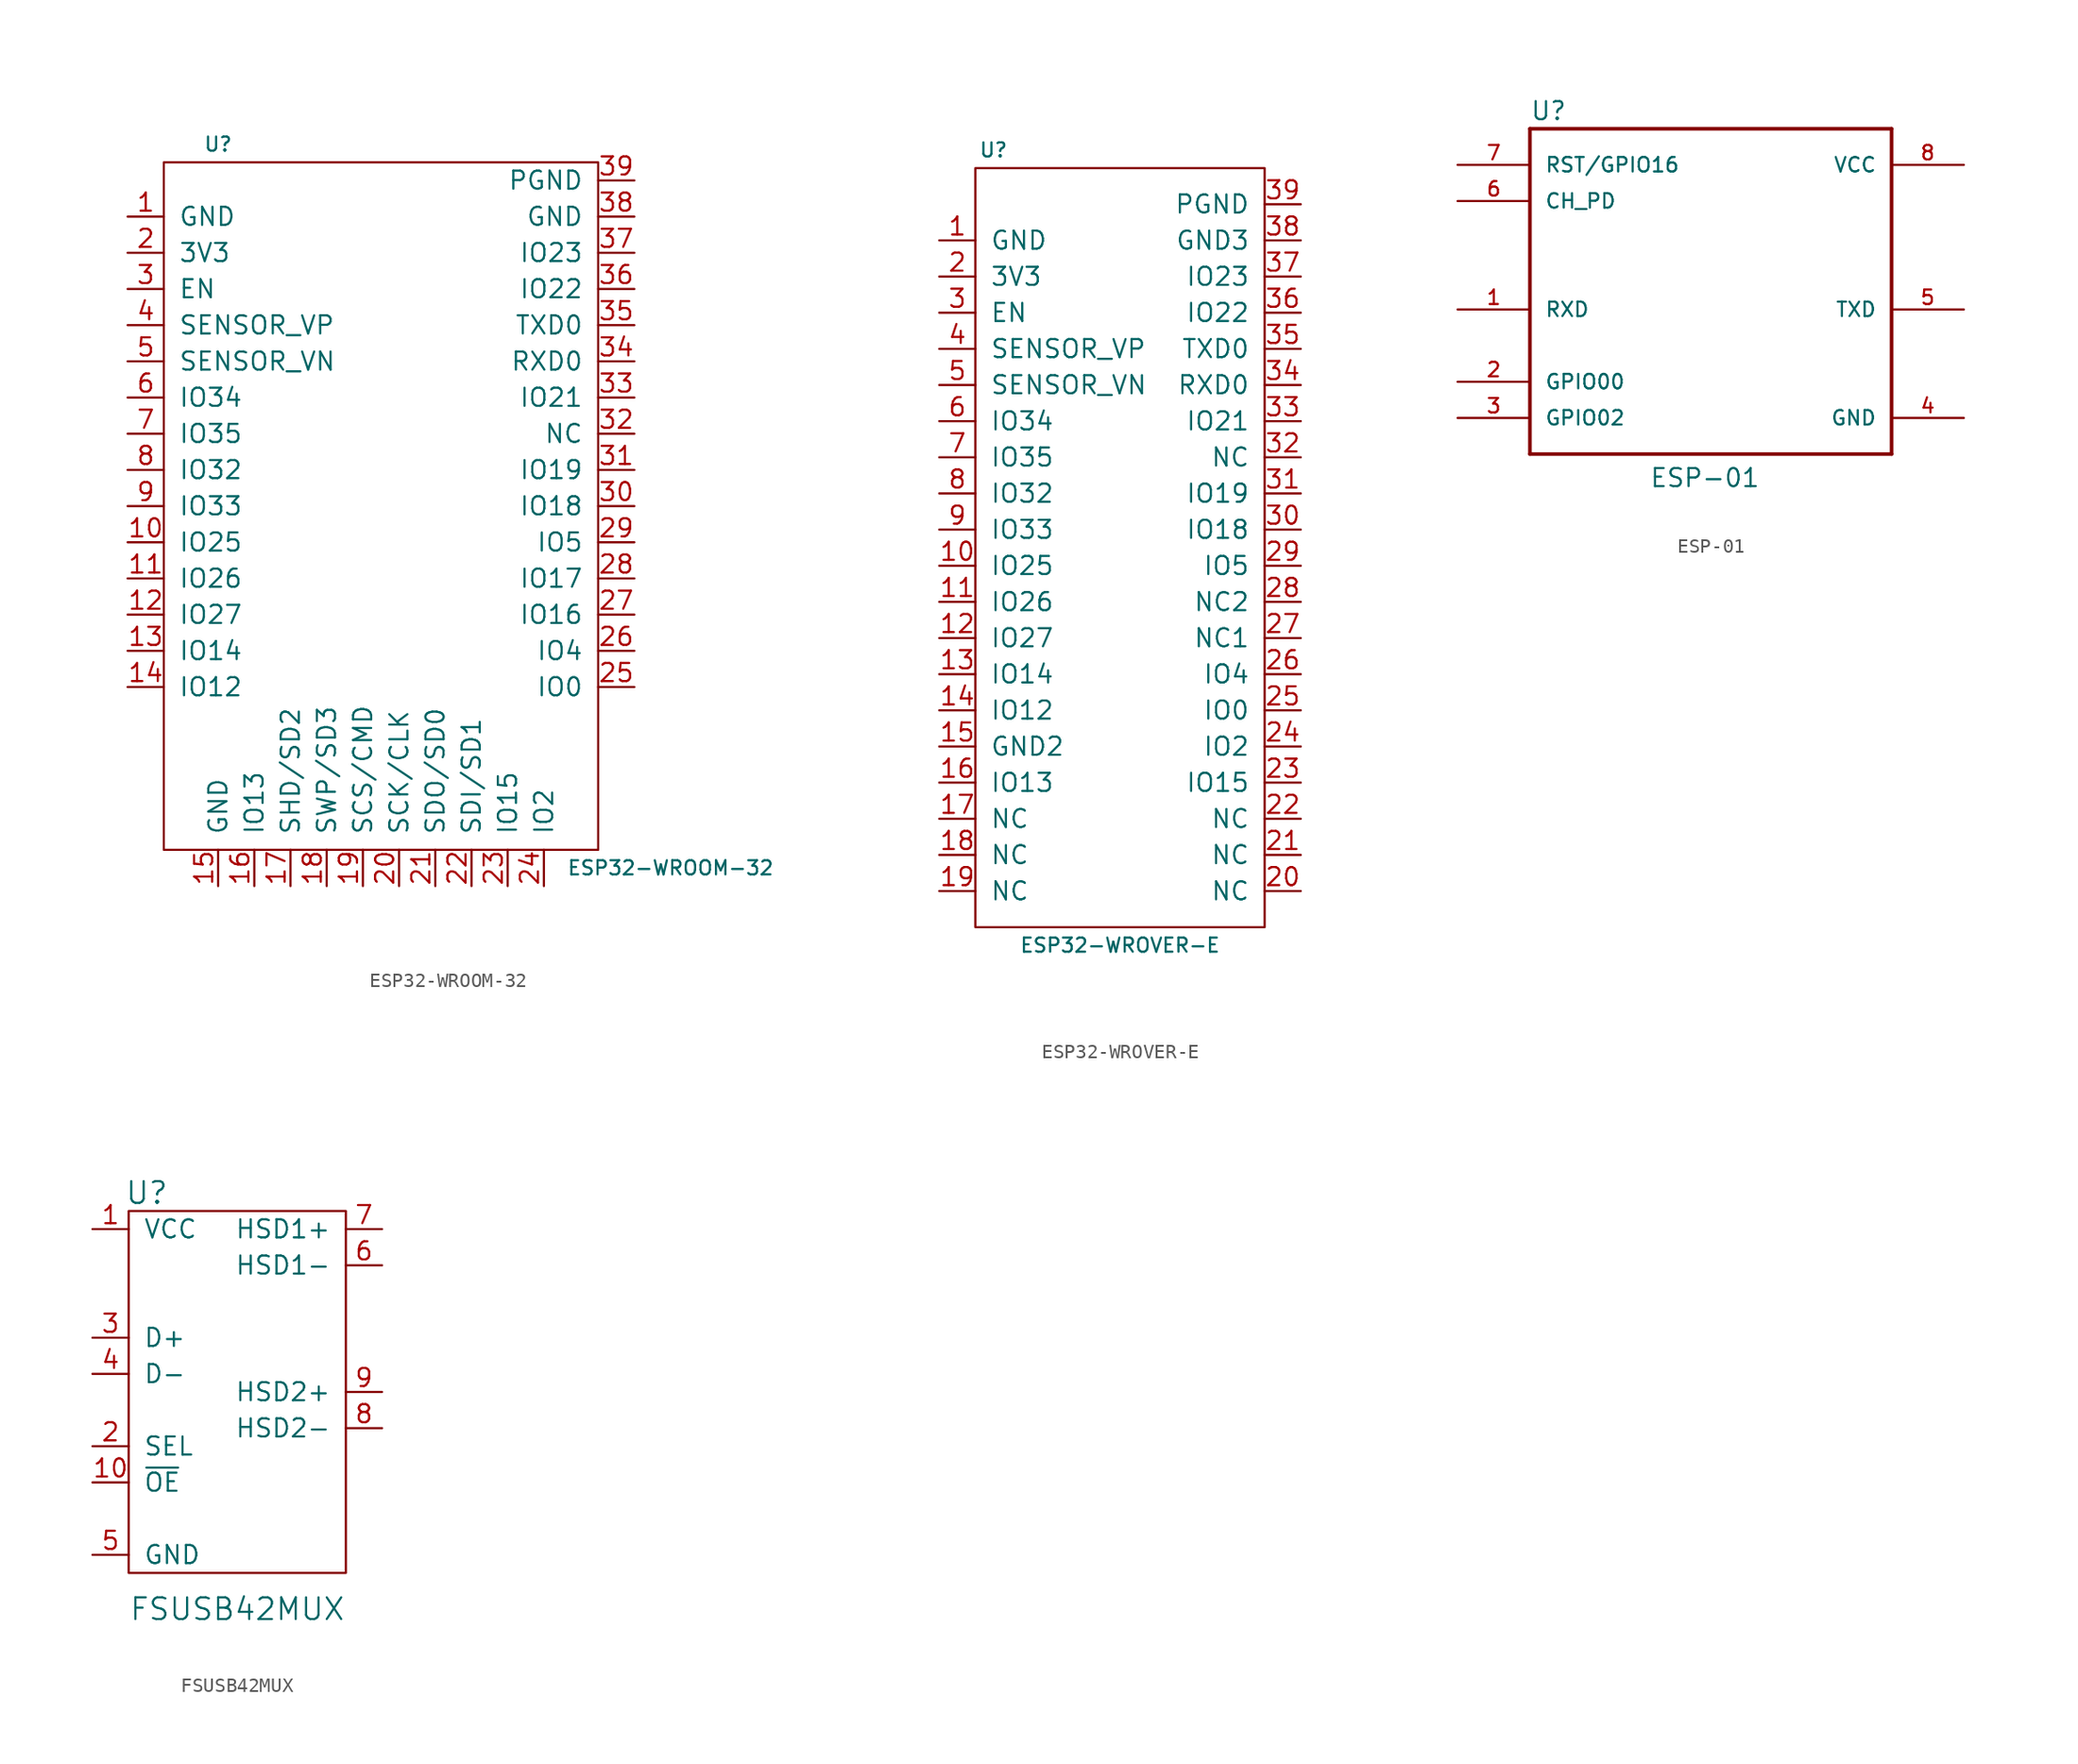
<source format=kicad_sym>
(kicad_symbol_lib
  (version 20211014)
  (generator kicad_symbol_editor)
  (symbol "ESP32-WROOM-32"
    (pin_names
      (offset 1.016))
    (property "Reference" "U"
      (at -11.43 25.4 0)
      (effects (font (size 0.991 0.991))))
    (property "Value" "ESP32-WROOM-32"
      (at 20.32 -25.4 0)
      (effects (font (size 0.991 0.991))))
    (symbol "ESP32-WROOM-32_0_1"
      (rectangle (start 15.24 24.13) (end -15.24 -24.13) (stroke (width 0) (type default) (color 0 0 0 0)) (fill (type none))))
    (symbol "ESP32-WROOM-32_1_1"
      (pin passive line (at -17.78 20.32 0) (length 2.54) (name "GND" (effects (font (size 1.27 1.27)))) (number "1" (effects (font (size 1.27 1.27)))))
      (pin passive line (at -17.78 -2.54 0) (length 2.54) (name "IO25" (effects (font (size 1.27 1.27)))) (number "10" (effects (font (size 1.27 1.27)))))
      (pin passive line (at -17.78 -5.08 0) (length 2.54) (name "IO26" (effects (font (size 1.27 1.27)))) (number "11" (effects (font (size 1.27 1.27)))))
      (pin passive line (at -17.78 -7.62 0) (length 2.54) (name "IO27" (effects (font (size 1.27 1.27)))) (number "12" (effects (font (size 1.27 1.27)))))
      (pin passive line (at -17.78 -10.16 0) (length 2.54) (name "IO14" (effects (font (size 1.27 1.27)))) (number "13" (effects (font (size 1.27 1.27)))))
      (pin passive line (at -17.78 -12.7 0) (length 2.54) (name "IO12" (effects (font (size 1.27 1.27)))) (number "14" (effects (font (size 1.27 1.27)))))
      (pin passive line (at -11.43 -26.67 90) (length 2.54) (name "GND" (effects (font (size 1.27 1.27)))) (number "15" (effects (font (size 1.27 1.27)))))
      (pin passive line (at -8.89 -26.67 90) (length 2.54) (name "IO13" (effects (font (size 1.27 1.27)))) (number "16" (effects (font (size 1.27 1.27)))))
      (pin passive line (at -6.35 -26.67 90) (length 2.54) (name "SHD/SD2" (effects (font (size 1.27 1.27)))) (number "17" (effects (font (size 1.27 1.27)))))
      (pin passive line (at -3.81 -26.67 90) (length 2.54) (name "SWP/SD3" (effects (font (size 1.27 1.27)))) (number "18" (effects (font (size 1.27 1.27)))))
      (pin passive line (at -1.27 -26.67 90) (length 2.54) (name "SCS/CMD" (effects (font (size 1.27 1.27)))) (number "19" (effects (font (size 1.27 1.27)))))
      (pin passive line (at -17.78 17.78 0) (length 2.54) (name "3V3" (effects (font (size 1.27 1.27)))) (number "2" (effects (font (size 1.27 1.27)))))
      (pin passive line (at 1.27 -26.67 90) (length 2.54) (name "SCK/CLK" (effects (font (size 1.27 1.27)))) (number "20" (effects (font (size 1.27 1.27)))))
      (pin passive line (at 3.81 -26.67 90) (length 2.54) (name "SDO/SD0" (effects (font (size 1.27 1.27)))) (number "21" (effects (font (size 1.27 1.27)))))
      (pin passive line (at 6.35 -26.67 90) (length 2.54) (name "SDI/SD1" (effects (font (size 1.27 1.27)))) (number "22" (effects (font (size 1.27 1.27)))))
      (pin passive line (at 8.89 -26.67 90) (length 2.54) (name "IO15" (effects (font (size 1.27 1.27)))) (number "23" (effects (font (size 1.27 1.27)))))
      (pin passive line (at 11.43 -26.67 90) (length 2.54) (name "IO2" (effects (font (size 1.27 1.27)))) (number "24" (effects (font (size 1.27 1.27)))))
      (pin passive line (at 17.78 -12.7 180) (length 2.54) (name "IO0" (effects (font (size 1.27 1.27)))) (number "25" (effects (font (size 1.27 1.27)))))
      (pin passive line (at 17.78 -10.16 180) (length 2.54) (name "IO4" (effects (font (size 1.27 1.27)))) (number "26" (effects (font (size 1.27 1.27)))))
      (pin passive line (at 17.78 -7.62 180) (length 2.54) (name "IO16" (effects (font (size 1.27 1.27)))) (number "27" (effects (font (size 1.27 1.27)))))
      (pin passive line (at 17.78 -5.08 180) (length 2.54) (name "IO17" (effects (font (size 1.27 1.27)))) (number "28" (effects (font (size 1.27 1.27)))))
      (pin passive line (at 17.78 -2.54 180) (length 2.54) (name "IO5" (effects (font (size 1.27 1.27)))) (number "29" (effects (font (size 1.27 1.27)))))
      (pin passive line (at -17.78 15.24 0) (length 2.54) (name "EN" (effects (font (size 1.27 1.27)))) (number "3" (effects (font (size 1.27 1.27)))))
      (pin passive line (at 17.78 0 180) (length 2.54) (name "IO18" (effects (font (size 1.27 1.27)))) (number "30" (effects (font (size 1.27 1.27)))))
      (pin passive line (at 17.78 2.54 180) (length 2.54) (name "IO19" (effects (font (size 1.27 1.27)))) (number "31" (effects (font (size 1.27 1.27)))))
      (pin passive line (at 17.78 5.08 180) (length 2.54) (name "NC" (effects (font (size 1.27 1.27)))) (number "32" (effects (font (size 1.27 1.27)))))
      (pin passive line (at 17.78 7.62 180) (length 2.54) (name "IO21" (effects (font (size 1.27 1.27)))) (number "33" (effects (font (size 1.27 1.27)))))
      (pin passive line (at 17.78 10.16 180) (length 2.54) (name "RXD0" (effects (font (size 1.27 1.27)))) (number "34" (effects (font (size 1.27 1.27)))))
      (pin passive line (at 17.78 12.7 180) (length 2.54) (name "TXD0" (effects (font (size 1.27 1.27)))) (number "35" (effects (font (size 1.27 1.27)))))
      (pin passive line (at 17.78 15.24 180) (length 2.54) (name "IO22" (effects (font (size 1.27 1.27)))) (number "36" (effects (font (size 1.27 1.27)))))
      (pin passive line (at 17.78 17.78 180) (length 2.54) (name "IO23" (effects (font (size 1.27 1.27)))) (number "37" (effects (font (size 1.27 1.27)))))
      (pin passive line (at 17.78 20.32 180) (length 2.54) (name "GND" (effects (font (size 1.27 1.27)))) (number "38" (effects (font (size 1.27 1.27)))))
      (pin passive line (at 17.78 22.86 180) (length 2.54) (name "PGND" (effects (font (size 1.27 1.27)))) (number "39" (effects (font (size 1.27 1.27)))))
      (pin passive line (at -17.78 12.7 0) (length 2.54) (name "SENSOR_VP" (effects (font (size 1.27 1.27)))) (number "4" (effects (font (size 1.27 1.27)))))
      (pin passive line (at -17.78 10.16 0) (length 2.54) (name "SENSOR_VN" (effects (font (size 1.27 1.27)))) (number "5" (effects (font (size 1.27 1.27)))))
      (pin passive line (at -17.78 7.62 0) (length 2.54) (name "IO34" (effects (font (size 1.27 1.27)))) (number "6" (effects (font (size 1.27 1.27)))))
      (pin passive line (at -17.78 5.08 0) (length 2.54) (name "IO35" (effects (font (size 1.27 1.27)))) (number "7" (effects (font (size 1.27 1.27)))))
      (pin passive line (at -17.78 2.54 0) (length 2.54) (name "IO32" (effects (font (size 1.27 1.27)))) (number "8" (effects (font (size 1.27 1.27)))))
      (pin passive line (at -17.78 0 0) (length 2.54) (name "IO33" (effects (font (size 1.27 1.27)))) (number "9" (effects (font (size 1.27 1.27)))))))
  (symbol "ESP32-WROVER-E"
    (pin_names
      (offset 1.016))
    (property "Reference" "U"
      (at -8.89 27.94 0)
      (effects (font (size 0.991 0.991))))
    (property "Value" "ESP32-WROVER-E"
      (at 0 -27.94 0)
      (effects (font (size 0.991 0.991))))
    (symbol "ESP32-WROVER-E_0_1"
      (rectangle (start 10.16 26.67) (end -10.16 -26.67) (stroke (width 0) (type default) (color 0 0 0 0)) (fill (type none))))
    (symbol "ESP32-WROVER-E_1_1"
      (pin passive line (at -12.7 21.59 0) (length 2.54) (name "GND" (effects (font (size 1.27 1.27)))) (number "1" (effects (font (size 1.27 1.27)))))
      (pin passive line (at -12.7 -1.27 0) (length 2.54) (name "IO25" (effects (font (size 1.27 1.27)))) (number "10" (effects (font (size 1.27 1.27)))))
      (pin passive line (at -12.7 -3.81 0) (length 2.54) (name "IO26" (effects (font (size 1.27 1.27)))) (number "11" (effects (font (size 1.27 1.27)))))
      (pin passive line (at -12.7 -6.35 0) (length 2.54) (name "IO27" (effects (font (size 1.27 1.27)))) (number "12" (effects (font (size 1.27 1.27)))))
      (pin passive line (at -12.7 -8.89 0) (length 2.54) (name "IO14" (effects (font (size 1.27 1.27)))) (number "13" (effects (font (size 1.27 1.27)))))
      (pin passive line (at -12.7 -11.43 0) (length 2.54) (name "IO12" (effects (font (size 1.27 1.27)))) (number "14" (effects (font (size 1.27 1.27)))))
      (pin passive line (at -12.7 -13.97 0) (length 2.54) (name "GND2" (effects (font (size 1.27 1.27)))) (number "15" (effects (font (size 1.27 1.27)))))
      (pin passive line (at -12.7 -16.51 0) (length 2.54) (name "IO13" (effects (font (size 1.27 1.27)))) (number "16" (effects (font (size 1.27 1.27)))))
      (pin passive line (at -12.7 -19.05 0) (length 2.54) (name "NC" (effects (font (size 1.27 1.27)))) (number "17" (effects (font (size 1.27 1.27)))))
      (pin passive line (at -12.7 -21.59 0) (length 2.54) (name "NC" (effects (font (size 1.27 1.27)))) (number "18" (effects (font (size 1.27 1.27)))))
      (pin passive line (at -12.7 -24.13 0) (length 2.54) (name "NC" (effects (font (size 1.27 1.27)))) (number "19" (effects (font (size 1.27 1.27)))))
      (pin passive line (at -12.7 19.05 0) (length 2.54) (name "3V3" (effects (font (size 1.27 1.27)))) (number "2" (effects (font (size 1.27 1.27)))))
      (pin passive line (at 12.7 -24.13 180) (length 2.54) (name "NC" (effects (font (size 1.27 1.27)))) (number "20" (effects (font (size 1.27 1.27)))))
      (pin passive line (at 12.7 -21.59 180) (length 2.54) (name "NC" (effects (font (size 1.27 1.27)))) (number "21" (effects (font (size 1.27 1.27)))))
      (pin passive line (at 12.7 -19.05 180) (length 2.54) (name "NC" (effects (font (size 1.27 1.27)))) (number "22" (effects (font (size 1.27 1.27)))))
      (pin passive line (at 12.7 -16.51 180) (length 2.54) (name "IO15" (effects (font (size 1.27 1.27)))) (number "23" (effects (font (size 1.27 1.27)))))
      (pin passive line (at 12.7 -13.97 180) (length 2.54) (name "IO2" (effects (font (size 1.27 1.27)))) (number "24" (effects (font (size 1.27 1.27)))))
      (pin passive line (at 12.7 -11.43 180) (length 2.54) (name "IO0" (effects (font (size 1.27 1.27)))) (number "25" (effects (font (size 1.27 1.27)))))
      (pin passive line (at 12.7 -8.89 180) (length 2.54) (name "IO4" (effects (font (size 1.27 1.27)))) (number "26" (effects (font (size 1.27 1.27)))))
      (pin passive line (at 12.7 -6.35 180) (length 2.54) (name "NC1" (effects (font (size 1.27 1.27)))) (number "27" (effects (font (size 1.27 1.27)))))
      (pin passive line (at 12.7 -3.81 180) (length 2.54) (name "NC2" (effects (font (size 1.27 1.27)))) (number "28" (effects (font (size 1.27 1.27)))))
      (pin passive line (at 12.7 -1.27 180) (length 2.54) (name "IO5" (effects (font (size 1.27 1.27)))) (number "29" (effects (font (size 1.27 1.27)))))
      (pin passive line (at -12.7 16.51 0) (length 2.54) (name "EN" (effects (font (size 1.27 1.27)))) (number "3" (effects (font (size 1.27 1.27)))))
      (pin passive line (at 12.7 1.27 180) (length 2.54) (name "IO18" (effects (font (size 1.27 1.27)))) (number "30" (effects (font (size 1.27 1.27)))))
      (pin passive line (at 12.7 3.81 180) (length 2.54) (name "IO19" (effects (font (size 1.27 1.27)))) (number "31" (effects (font (size 1.27 1.27)))))
      (pin passive line (at 12.7 6.35 180) (length 2.54) (name "NC" (effects (font (size 1.27 1.27)))) (number "32" (effects (font (size 1.27 1.27)))))
      (pin passive line (at 12.7 8.89 180) (length 2.54) (name "IO21" (effects (font (size 1.27 1.27)))) (number "33" (effects (font (size 1.27 1.27)))))
      (pin passive line (at 12.7 11.43 180) (length 2.54) (name "RXD0" (effects (font (size 1.27 1.27)))) (number "34" (effects (font (size 1.27 1.27)))))
      (pin passive line (at 12.7 13.97 180) (length 2.54) (name "TXD0" (effects (font (size 1.27 1.27)))) (number "35" (effects (font (size 1.27 1.27)))))
      (pin passive line (at 12.7 16.51 180) (length 2.54) (name "IO22" (effects (font (size 1.27 1.27)))) (number "36" (effects (font (size 1.27 1.27)))))
      (pin passive line (at 12.7 19.05 180) (length 2.54) (name "IO23" (effects (font (size 1.27 1.27)))) (number "37" (effects (font (size 1.27 1.27)))))
      (pin passive line (at 12.7 21.59 180) (length 2.54) (name "GND3" (effects (font (size 1.27 1.27)))) (number "38" (effects (font (size 1.27 1.27)))))
      (pin passive line (at 12.7 24.13 180) (length 2.54) (name "PGND" (effects (font (size 1.27 1.27)))) (number "39" (effects (font (size 1.27 1.27)))))
      (pin passive line (at -12.7 13.97 0) (length 2.54) (name "SENSOR_VP" (effects (font (size 1.27 1.27)))) (number "4" (effects (font (size 1.27 1.27)))))
      (pin passive line (at -12.7 11.43 0) (length 2.54) (name "SENSOR_VN" (effects (font (size 1.27 1.27)))) (number "5" (effects (font (size 1.27 1.27)))))
      (pin passive line (at -12.7 8.89 0) (length 2.54) (name "IO34" (effects (font (size 1.27 1.27)))) (number "6" (effects (font (size 1.27 1.27)))))
      (pin passive line (at -12.7 6.35 0) (length 2.54) (name "IO35" (effects (font (size 1.27 1.27)))) (number "7" (effects (font (size 1.27 1.27)))))
      (pin passive line (at -12.7 3.81 0) (length 2.54) (name "IO32" (effects (font (size 1.27 1.27)))) (number "8" (effects (font (size 1.27 1.27)))))
      (pin passive line (at -12.7 1.27 0) (length 2.54) (name "IO33" (effects (font (size 1.27 1.27)))) (number "9" (effects (font (size 1.27 1.27)))))))
  (symbol "ESP-01"
    (pin_names
      (offset 1.016))
    (property "Reference" "U"
      (at -12.7 13.208 0)
      (effects (font (size 1.27 1.27)) (justify left bottom)))
    (property "Value" "ESP-01"
      (at -4.318 -12.573 0)
      (effects (font (size 1.27 1.27)) (justify left bottom)))
    (property "ki_locked" ""
      (at 0 0 0)
      (effects (font (size 1.27 1.27))))
    (symbol "ESP-01_0_0"
      (polyline (pts (xy -12.7 -10.16) (xy -12.7 12.7)) (stroke (width 0.254) (type default) (color 0 0 0 0)) (fill (type none)))
      (polyline (pts (xy -12.7 12.7) (xy 12.7 12.7)) (stroke (width 0.254) (type default) (color 0 0 0 0)) (fill (type none)))
      (polyline (pts (xy 12.7 -10.16) (xy -12.7 -10.16)) (stroke (width 0.254) (type default) (color 0 0 0 0)) (fill (type none)))
      (polyline (pts (xy 12.7 12.7) (xy 12.7 -10.16)) (stroke (width 0.254) (type default) (color 0 0 0 0)) (fill (type none)))
      (pin input line (at -17.78 0 0) (length 5.08) (name "RXD" (effects (font (size 1.016 1.016)))) (number "1" (effects (font (size 1.016 1.016)))))
      (pin bidirectional line (at -17.78 -5.08 0) (length 5.08) (name "GPIO00" (effects (font (size 1.016 1.016)))) (number "2" (effects (font (size 1.016 1.016)))))
      (pin bidirectional line (at -17.78 -7.62 0) (length 5.08) (name "GPIO02" (effects (font (size 1.016 1.016)))) (number "3" (effects (font (size 1.016 1.016)))))
      (pin power_in line (at 17.78 -7.62 180) (length 5.08) (name "GND" (effects (font (size 1.016 1.016)))) (number "4" (effects (font (size 1.016 1.016)))))
      (pin output line (at 17.78 0 180) (length 5.08) (name "TXD" (effects (font (size 1.016 1.016)))) (number "5" (effects (font (size 1.016 1.016)))))
      (pin input line (at -17.78 7.62 0) (length 5.08) (name "CH_PD" (effects (font (size 1.016 1.016)))) (number "6" (effects (font (size 1.016 1.016)))))
      (pin input line (at -17.78 10.16 0) (length 5.08) (name "RST/GPIO16" (effects (font (size 1.016 1.016)))) (number "7" (effects (font (size 1.016 1.016)))))
      (pin power_in line (at 17.78 10.16 180) (length 5.08) (name "VCC" (effects (font (size 1.016 1.016)))) (number "8" (effects (font (size 1.016 1.016)))))))
  (symbol "FSUSB42MUX"
    (pin_names
      (offset 1.016))
    (property "Reference" "U"
      (at -6.35 15.24 0)
      (effects (font (size 1.524 1.524))))
    (property "Value" "FSUSB42MUX"
      (at 0 -13.97 0)
      (effects (font (size 1.524 1.524))))
    (symbol "FSUSB42MUX_0_1"
      (rectangle (start -7.62 13.97) (end 7.62 -11.43) (stroke (width 0) (type default) (color 0 0 0 0)) (fill (type none))))
    (symbol "FSUSB42MUX_1_1"
      (pin passive line (at -10.16 12.7 0) (length 2.54) (name "VCC" (effects (font (size 1.27 1.27)))) (number "1" (effects (font (size 1.27 1.27)))))
      (pin passive line (at -10.16 -5.08 0) (length 2.54) (name "~{OE}" (effects (font (size 1.27 1.27)))) (number "10" (effects (font (size 1.27 1.27)))))
      (pin passive line (at -10.16 -2.54 0) (length 2.54) (name "SEL" (effects (font (size 1.27 1.27)))) (number "2" (effects (font (size 1.27 1.27)))))
      (pin passive line (at -10.16 5.08 0) (length 2.54) (name "D+" (effects (font (size 1.27 1.27)))) (number "3" (effects (font (size 1.27 1.27)))))
      (pin passive line (at -10.16 2.54 0) (length 2.54) (name "D-" (effects (font (size 1.27 1.27)))) (number "4" (effects (font (size 1.27 1.27)))))
      (pin passive line (at -10.16 -10.16 0) (length 2.54) (name "GND" (effects (font (size 1.27 1.27)))) (number "5" (effects (font (size 1.27 1.27)))))
      (pin passive line (at 10.16 10.16 180) (length 2.54) (name "HSD1-" (effects (font (size 1.27 1.27)))) (number "6" (effects (font (size 1.27 1.27)))))
      (pin passive line (at 10.16 12.7 180) (length 2.54) (name "HSD1+" (effects (font (size 1.27 1.27)))) (number "7" (effects (font (size 1.27 1.27)))))
      (pin passive line (at 10.16 -1.27 180) (length 2.54) (name "HSD2-" (effects (font (size 1.27 1.27)))) (number "8" (effects (font (size 1.27 1.27)))))
      (pin passive line (at 10.16 1.27 180) (length 2.54) (name "HSD2+" (effects (font (size 1.27 1.27)))) (number "9" (effects (font (size 1.27 1.27))))))))
</source>
